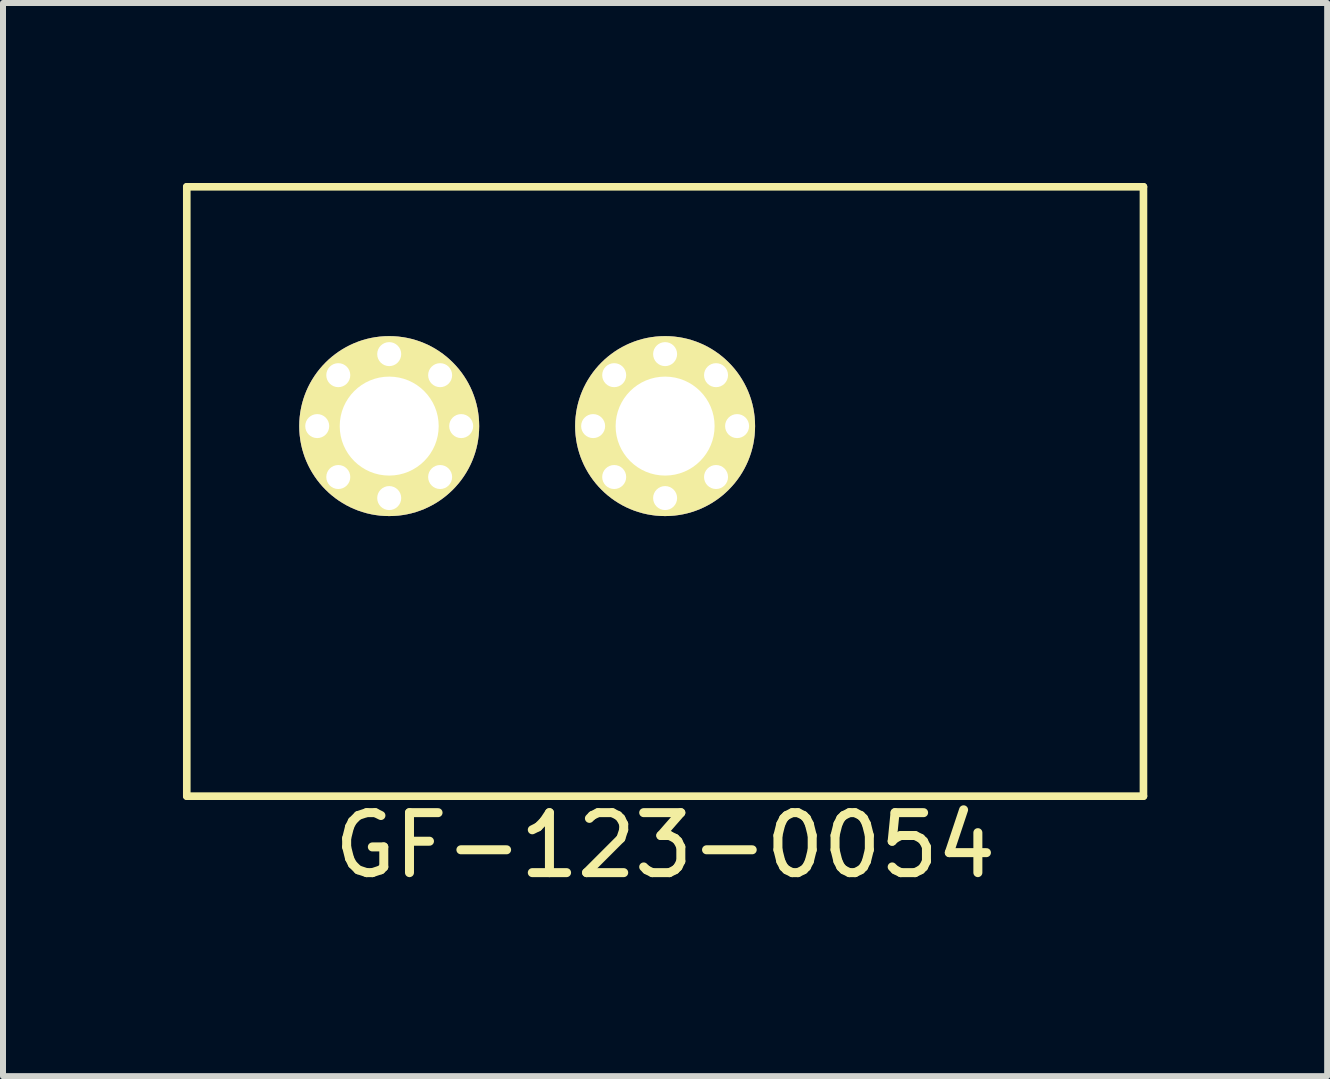
<source format=kicad_pcb>
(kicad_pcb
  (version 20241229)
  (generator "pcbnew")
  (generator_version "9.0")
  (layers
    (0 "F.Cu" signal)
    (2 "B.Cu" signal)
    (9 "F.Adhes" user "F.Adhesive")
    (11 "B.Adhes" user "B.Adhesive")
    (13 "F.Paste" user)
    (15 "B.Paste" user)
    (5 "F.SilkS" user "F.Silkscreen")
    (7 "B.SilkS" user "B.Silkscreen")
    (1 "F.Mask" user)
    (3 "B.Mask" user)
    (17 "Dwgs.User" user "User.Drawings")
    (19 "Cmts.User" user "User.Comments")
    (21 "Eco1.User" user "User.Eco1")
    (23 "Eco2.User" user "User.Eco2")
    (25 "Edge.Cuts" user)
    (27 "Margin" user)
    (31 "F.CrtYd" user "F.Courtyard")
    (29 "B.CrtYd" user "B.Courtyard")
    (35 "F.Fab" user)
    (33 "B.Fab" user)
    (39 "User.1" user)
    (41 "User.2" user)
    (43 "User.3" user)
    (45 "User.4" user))
  (footprint "GF-123-0054"
    (layer "F.Cu")
    (at 8.039 5.144)
    (property "Reference" "GF-123-0054" (at 0 5.9 0) (layer "F.SilkS") (effects (font (size 1 1) (thickness 0.15))))
    (attr through_hole)
    (fp_line (start -7.975 -5.08) (end 7.975 -5.08) (stroke (width 0.127) (type solid)) (layer "F.SilkS"))
    (fp_line (start -7.975 5.08) (end -7.975 -5.08) (stroke (width 0.127) (type solid)) (layer "F.SilkS"))
    (fp_line (start 7.975 -5.08) (end 7.975 5.08) (stroke (width 0.127) (type solid)) (layer "F.SilkS"))
    (fp_line (start 7.975 5.08) (end -7.975 5.08) (stroke (width 0.127) (type solid)) (layer "F.SilkS"))
    (pad "" thru_hole circle (at -5.8 -1.09) (size 0.45 0.45) (drill 0.4) (layers "*.Cu"))
    (pad "" thru_hole circle (at -5.449 -1.939) (size 0.45 0.45) (drill 0.4) (layers "*.Cu"))
    (pad "" thru_hole circle (at -5.449 -0.241) (size 0.45 0.45) (drill 0.4) (layers "*.Cu"))
    (pad "" thru_hole circle (at -4.6 -2.29) (size 0.45 0.45) (drill 0.4) (layers "*.Cu"))
    (pad "" thru_hole circle (at -4.6 0.11) (size 0.45 0.45) (drill 0.4) (layers "*.Cu"))
    (pad "" thru_hole circle (at -3.751 -1.939) (size 0.45 0.45) (drill 0.4) (layers "*.Cu"))
    (pad "" thru_hole circle (at -3.751 -0.241) (size 0.45 0.45) (drill 0.4) (layers "*.Cu"))
    (pad "" thru_hole circle (at -3.4 -1.09) (size 0.45 0.45) (drill 0.4) (layers "*.Cu"))
    (pad "" thru_hole circle (at -1.2 -1.09) (size 0.45 0.45) (drill 0.4) (layers "*.Cu"))
    (pad "" thru_hole circle (at -0.849 -1.939) (size 0.45 0.45) (drill 0.4) (layers "*.Cu"))
    (pad "" thru_hole circle (at -0.849 -0.241) (size 0.45 0.45) (drill 0.4) (layers "*.Cu"))
    (pad "" thru_hole circle (at 0 -2.29) (size 0.45 0.45) (drill 0.4) (layers "*.Cu"))
    (pad "" thru_hole circle (at 0 0.11) (size 0.45 0.45) (drill 0.4) (layers "*.Cu"))
    (pad "" thru_hole circle (at 0.849 -1.939) (size 0.45 0.45) (drill 0.4) (layers "*.Cu"))
    (pad "" thru_hole circle (at 0.849 -0.241) (size 0.45 0.45) (drill 0.4) (layers "*.Cu"))
    (pad "" thru_hole circle (at 1.2 -1.09) (size 0.45 0.45) (drill 0.4) (layers "*.Cu"))
    (pad "1" thru_hole circle (at -4.6 -1.09) (size 3 3) (drill 1.65) (layers "*.Cu" "*.Mask" "F.SilkS"))
    (pad "2" thru_hole circle (at 0 -1.09) (size 3 3) (drill 1.65) (layers "*.Cu" "*.Mask" "F.SilkS")))
  (gr_rect
    (start -3 -3)
    (end 19.077 14.892)
    (stroke (width 0.1) (type default))
    (fill no)
    (layer "Edge.Cuts")))
</source>
